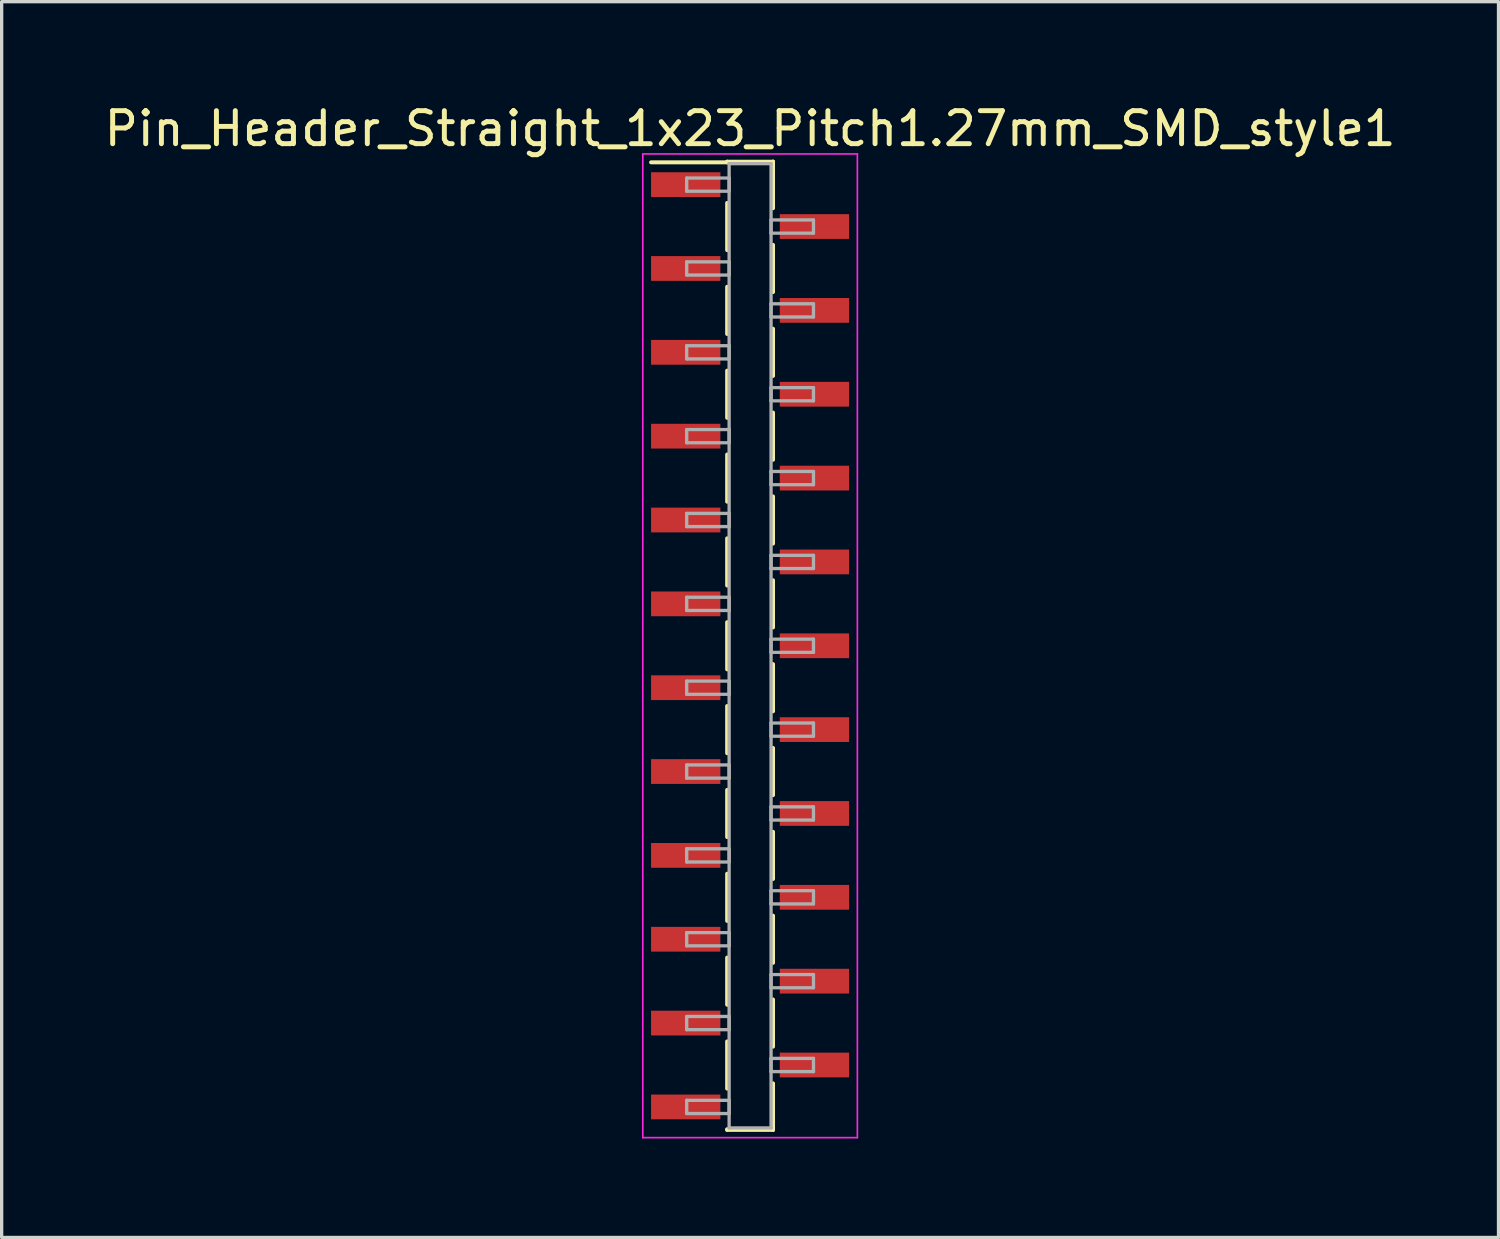
<source format=kicad_pcb>
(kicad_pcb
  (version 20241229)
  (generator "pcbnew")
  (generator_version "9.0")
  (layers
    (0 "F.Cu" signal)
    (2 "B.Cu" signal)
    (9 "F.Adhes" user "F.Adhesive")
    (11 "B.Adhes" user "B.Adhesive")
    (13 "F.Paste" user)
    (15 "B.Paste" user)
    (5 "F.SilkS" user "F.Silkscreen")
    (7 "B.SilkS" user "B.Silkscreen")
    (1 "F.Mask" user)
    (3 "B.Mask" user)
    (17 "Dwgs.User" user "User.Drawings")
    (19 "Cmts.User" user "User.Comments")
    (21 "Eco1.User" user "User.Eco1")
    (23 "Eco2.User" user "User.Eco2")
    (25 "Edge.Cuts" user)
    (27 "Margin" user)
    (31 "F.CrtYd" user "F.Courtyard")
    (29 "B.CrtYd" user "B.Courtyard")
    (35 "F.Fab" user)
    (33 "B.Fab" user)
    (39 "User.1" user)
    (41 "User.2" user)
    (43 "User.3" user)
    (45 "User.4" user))
  (footprint "Pin_Header_Straight_1x23_Pitch1.27mm_SMD_style1"
    (layer "F.Cu")
    (at 19.673 16.513)
    (property "Reference" "Pin_Header_Straight_1x23_Pitch1.27mm_SMD_style1" (at 0 -15.665 0) (layer "F.SilkS") (effects (font (size 1 1) (thickness 0.15))))
    (attr smd)
    (fp_line (start -0.695 -14.665) (end 0.695 -14.665) (stroke (width 0.12) (type solid)) (layer "F.SilkS"))
    (fp_line (start -0.695 -14.645) (end -3 -14.645) (stroke (width 0.12) (type solid)) (layer "F.SilkS"))
    (fp_line (start -0.695 -14.645) (end -0.695 -14.665) (stroke (width 0.12) (type solid)) (layer "F.SilkS"))
    (fp_line (start -0.695 -13.415) (end -0.695 -11.985) (stroke (width 0.12) (type solid)) (layer "F.SilkS"))
    (fp_line (start -0.695 -10.875) (end -0.695 -9.445) (stroke (width 0.12) (type solid)) (layer "F.SilkS"))
    (fp_line (start -0.695 -8.335) (end -0.695 -6.905) (stroke (width 0.12) (type solid)) (layer "F.SilkS"))
    (fp_line (start -0.695 -5.795) (end -0.695 -4.365) (stroke (width 0.12) (type solid)) (layer "F.SilkS"))
    (fp_line (start -0.695 -3.255) (end -0.695 -1.825) (stroke (width 0.12) (type solid)) (layer "F.SilkS"))
    (fp_line (start -0.695 -0.715) (end -0.695 0.715) (stroke (width 0.12) (type solid)) (layer "F.SilkS"))
    (fp_line (start -0.695 1.825) (end -0.695 3.255) (stroke (width 0.12) (type solid)) (layer "F.SilkS"))
    (fp_line (start -0.695 4.365) (end -0.695 5.795) (stroke (width 0.12) (type solid)) (layer "F.SilkS"))
    (fp_line (start -0.695 6.905) (end -0.695 8.335) (stroke (width 0.12) (type solid)) (layer "F.SilkS"))
    (fp_line (start -0.695 9.445) (end -0.695 10.875) (stroke (width 0.12) (type solid)) (layer "F.SilkS"))
    (fp_line (start -0.695 11.985) (end -0.695 13.415) (stroke (width 0.12) (type solid)) (layer "F.SilkS"))
    (fp_line (start -0.695 14.645) (end -0.695 14.665) (stroke (width 0.12) (type solid)) (layer "F.SilkS"))
    (fp_line (start -0.695 14.665) (end 0.695 14.665) (stroke (width 0.12) (type solid)) (layer "F.SilkS"))
    (fp_line (start 0.695 -14.665) (end 0.695 -14.645) (stroke (width 0.12) (type solid)) (layer "F.SilkS"))
    (fp_line (start 0.695 -14.665) (end 0.695 -13.255) (stroke (width 0.12) (type solid)) (layer "F.SilkS"))
    (fp_line (start 0.695 -12.145) (end 0.695 -10.715) (stroke (width 0.12) (type solid)) (layer "F.SilkS"))
    (fp_line (start 0.695 -9.605) (end 0.695 -8.175) (stroke (width 0.12) (type solid)) (layer "F.SilkS"))
    (fp_line (start 0.695 -7.065) (end 0.695 -5.635) (stroke (width 0.12) (type solid)) (layer "F.SilkS"))
    (fp_line (start 0.695 -4.525) (end 0.695 -3.095) (stroke (width 0.12) (type solid)) (layer "F.SilkS"))
    (fp_line (start 0.695 -1.985) (end 0.695 -0.555) (stroke (width 0.12) (type solid)) (layer "F.SilkS"))
    (fp_line (start 0.695 0.555) (end 0.695 1.985) (stroke (width 0.12) (type solid)) (layer "F.SilkS"))
    (fp_line (start 0.695 3.095) (end 0.695 4.525) (stroke (width 0.12) (type solid)) (layer "F.SilkS"))
    (fp_line (start 0.695 5.635) (end 0.695 7.065) (stroke (width 0.12) (type solid)) (layer "F.SilkS"))
    (fp_line (start 0.695 8.175) (end 0.695 9.605) (stroke (width 0.12) (type solid)) (layer "F.SilkS"))
    (fp_line (start 0.695 10.715) (end 0.695 12.145) (stroke (width 0.12) (type solid)) (layer "F.SilkS"))
    (fp_line (start 0.695 13.255) (end 0.695 14.665) (stroke (width 0.12) (type solid)) (layer "F.SilkS"))
    (fp_line (start 0.695 14.665) (end 0.695 14.645) (stroke (width 0.12) (type solid)) (layer "F.SilkS"))
    (fp_line (start -3.25 -14.9) (end -3.25 14.9) (stroke (width 0.05) (type solid)) (layer "F.CrtYd"))
    (fp_line (start -3.25 14.9) (end 3.25 14.9) (stroke (width 0.05) (type solid)) (layer "F.CrtYd"))
    (fp_line (start 3.25 -14.9) (end -3.25 -14.9) (stroke (width 0.05) (type solid)) (layer "F.CrtYd"))
    (fp_line (start 3.25 14.9) (end 3.25 -14.9) (stroke (width 0.05) (type solid)) (layer "F.CrtYd"))
    (fp_line (start -1.92 -14.17) (end -0.635 -14.17) (stroke (width 0.1) (type solid)) (layer "F.Fab"))
    (fp_line (start -1.92 -13.77) (end -1.92 -14.17) (stroke (width 0.1) (type solid)) (layer "F.Fab"))
    (fp_line (start -1.92 -11.63) (end -0.635 -11.63) (stroke (width 0.1) (type solid)) (layer "F.Fab"))
    (fp_line (start -1.92 -11.23) (end -1.92 -11.63) (stroke (width 0.1) (type solid)) (layer "F.Fab"))
    (fp_line (start -1.92 -9.09) (end -0.635 -9.09) (stroke (width 0.1) (type solid)) (layer "F.Fab"))
    (fp_line (start -1.92 -8.69) (end -1.92 -9.09) (stroke (width 0.1) (type solid)) (layer "F.Fab"))
    (fp_line (start -1.92 -6.55) (end -0.635 -6.55) (stroke (width 0.1) (type solid)) (layer "F.Fab"))
    (fp_line (start -1.92 -6.15) (end -1.92 -6.55) (stroke (width 0.1) (type solid)) (layer "F.Fab"))
    (fp_line (start -1.92 -4.01) (end -0.635 -4.01) (stroke (width 0.1) (type solid)) (layer "F.Fab"))
    (fp_line (start -1.92 -3.61) (end -1.92 -4.01) (stroke (width 0.1) (type solid)) (layer "F.Fab"))
    (fp_line (start -1.92 -1.47) (end -0.635 -1.47) (stroke (width 0.1) (type solid)) (layer "F.Fab"))
    (fp_line (start -1.92 -1.07) (end -1.92 -1.47) (stroke (width 0.1) (type solid)) (layer "F.Fab"))
    (fp_line (start -1.92 1.07) (end -0.635 1.07) (stroke (width 0.1) (type solid)) (layer "F.Fab"))
    (fp_line (start -1.92 1.47) (end -1.92 1.07) (stroke (width 0.1) (type solid)) (layer "F.Fab"))
    (fp_line (start -1.92 3.61) (end -0.635 3.61) (stroke (width 0.1) (type solid)) (layer "F.Fab"))
    (fp_line (start -1.92 4.01) (end -1.92 3.61) (stroke (width 0.1) (type solid)) (layer "F.Fab"))
    (fp_line (start -1.92 6.15) (end -0.635 6.15) (stroke (width 0.1) (type solid)) (layer "F.Fab"))
    (fp_line (start -1.92 6.55) (end -1.92 6.15) (stroke (width 0.1) (type solid)) (layer "F.Fab"))
    (fp_line (start -1.92 8.69) (end -0.635 8.69) (stroke (width 0.1) (type solid)) (layer "F.Fab"))
    (fp_line (start -1.92 9.09) (end -1.92 8.69) (stroke (width 0.1) (type solid)) (layer "F.Fab"))
    (fp_line (start -1.92 11.23) (end -0.635 11.23) (stroke (width 0.1) (type solid)) (layer "F.Fab"))
    (fp_line (start -1.92 11.63) (end -1.92 11.23) (stroke (width 0.1) (type solid)) (layer "F.Fab"))
    (fp_line (start -1.92 13.77) (end -0.635 13.77) (stroke (width 0.1) (type solid)) (layer "F.Fab"))
    (fp_line (start -1.92 14.17) (end -1.92 13.77) (stroke (width 0.1) (type solid)) (layer "F.Fab"))
    (fp_line (start -0.635 -14.605) (end -0.635 14.605) (stroke (width 0.1) (type solid)) (layer "F.Fab"))
    (fp_line (start -0.635 -14.17) (end -0.635 -13.77) (stroke (width 0.1) (type solid)) (layer "F.Fab"))
    (fp_line (start -0.635 -13.77) (end -1.92 -13.77) (stroke (width 0.1) (type solid)) (layer "F.Fab"))
    (fp_line (start -0.635 -11.63) (end -0.635 -11.23) (stroke (width 0.1) (type solid)) (layer "F.Fab"))
    (fp_line (start -0.635 -11.23) (end -1.92 -11.23) (stroke (width 0.1) (type solid)) (layer "F.Fab"))
    (fp_line (start -0.635 -9.09) (end -0.635 -8.69) (stroke (width 0.1) (type solid)) (layer "F.Fab"))
    (fp_line (start -0.635 -8.69) (end -1.92 -8.69) (stroke (width 0.1) (type solid)) (layer "F.Fab"))
    (fp_line (start -0.635 -6.55) (end -0.635 -6.15) (stroke (width 0.1) (type solid)) (layer "F.Fab"))
    (fp_line (start -0.635 -6.15) (end -1.92 -6.15) (stroke (width 0.1) (type solid)) (layer "F.Fab"))
    (fp_line (start -0.635 -4.01) (end -0.635 -3.61) (stroke (width 0.1) (type solid)) (layer "F.Fab"))
    (fp_line (start -0.635 -3.61) (end -1.92 -3.61) (stroke (width 0.1) (type solid)) (layer "F.Fab"))
    (fp_line (start -0.635 -1.47) (end -0.635 -1.07) (stroke (width 0.1) (type solid)) (layer "F.Fab"))
    (fp_line (start -0.635 -1.07) (end -1.92 -1.07) (stroke (width 0.1) (type solid)) (layer "F.Fab"))
    (fp_line (start -0.635 1.07) (end -0.635 1.47) (stroke (width 0.1) (type solid)) (layer "F.Fab"))
    (fp_line (start -0.635 1.47) (end -1.92 1.47) (stroke (width 0.1) (type solid)) (layer "F.Fab"))
    (fp_line (start -0.635 3.61) (end -0.635 4.01) (stroke (width 0.1) (type solid)) (layer "F.Fab"))
    (fp_line (start -0.635 4.01) (end -1.92 4.01) (stroke (width 0.1) (type solid)) (layer "F.Fab"))
    (fp_line (start -0.635 6.15) (end -0.635 6.55) (stroke (width 0.1) (type solid)) (layer "F.Fab"))
    (fp_line (start -0.635 6.55) (end -1.92 6.55) (stroke (width 0.1) (type solid)) (layer "F.Fab"))
    (fp_line (start -0.635 8.69) (end -0.635 9.09) (stroke (width 0.1) (type solid)) (layer "F.Fab"))
    (fp_line (start -0.635 9.09) (end -1.92 9.09) (stroke (width 0.1) (type solid)) (layer "F.Fab"))
    (fp_line (start -0.635 11.23) (end -0.635 11.63) (stroke (width 0.1) (type solid)) (layer "F.Fab"))
    (fp_line (start -0.635 11.63) (end -1.92 11.63) (stroke (width 0.1) (type solid)) (layer "F.Fab"))
    (fp_line (start -0.635 13.77) (end -0.635 14.17) (stroke (width 0.1) (type solid)) (layer "F.Fab"))
    (fp_line (start -0.635 14.17) (end -1.92 14.17) (stroke (width 0.1) (type solid)) (layer "F.Fab"))
    (fp_line (start -0.635 14.605) (end 0.635 14.605) (stroke (width 0.1) (type solid)) (layer "F.Fab"))
    (fp_line (start 0.635 -14.605) (end -0.635 -14.605) (stroke (width 0.1) (type solid)) (layer "F.Fab"))
    (fp_line (start 0.635 -12.9) (end 0.635 -12.5) (stroke (width 0.1) (type solid)) (layer "F.Fab"))
    (fp_line (start 0.635 -12.5) (end 1.92 -12.5) (stroke (width 0.1) (type solid)) (layer "F.Fab"))
    (fp_line (start 0.635 -10.36) (end 0.635 -9.96) (stroke (width 0.1) (type solid)) (layer "F.Fab"))
    (fp_line (start 0.635 -9.96) (end 1.92 -9.96) (stroke (width 0.1) (type solid)) (layer "F.Fab"))
    (fp_line (start 0.635 -7.82) (end 0.635 -7.42) (stroke (width 0.1) (type solid)) (layer "F.Fab"))
    (fp_line (start 0.635 -7.42) (end 1.92 -7.42) (stroke (width 0.1) (type solid)) (layer "F.Fab"))
    (fp_line (start 0.635 -5.28) (end 0.635 -4.88) (stroke (width 0.1) (type solid)) (layer "F.Fab"))
    (fp_line (start 0.635 -4.88) (end 1.92 -4.88) (stroke (width 0.1) (type solid)) (layer "F.Fab"))
    (fp_line (start 0.635 -2.74) (end 0.635 -2.34) (stroke (width 0.1) (type solid)) (layer "F.Fab"))
    (fp_line (start 0.635 -2.34) (end 1.92 -2.34) (stroke (width 0.1) (type solid)) (layer "F.Fab"))
    (fp_line (start 0.635 -0.2) (end 0.635 0.2) (stroke (width 0.1) (type solid)) (layer "F.Fab"))
    (fp_line (start 0.635 0.2) (end 1.92 0.2) (stroke (width 0.1) (type solid)) (layer "F.Fab"))
    (fp_line (start 0.635 2.34) (end 0.635 2.74) (stroke (width 0.1) (type solid)) (layer "F.Fab"))
    (fp_line (start 0.635 2.74) (end 1.92 2.74) (stroke (width 0.1) (type solid)) (layer "F.Fab"))
    (fp_line (start 0.635 4.88) (end 0.635 5.28) (stroke (width 0.1) (type solid)) (layer "F.Fab"))
    (fp_line (start 0.635 5.28) (end 1.92 5.28) (stroke (width 0.1) (type solid)) (layer "F.Fab"))
    (fp_line (start 0.635 7.42) (end 0.635 7.82) (stroke (width 0.1) (type solid)) (layer "F.Fab"))
    (fp_line (start 0.635 7.82) (end 1.92 7.82) (stroke (width 0.1) (type solid)) (layer "F.Fab"))
    (fp_line (start 0.635 9.96) (end 0.635 10.36) (stroke (width 0.1) (type solid)) (layer "F.Fab"))
    (fp_line (start 0.635 10.36) (end 1.92 10.36) (stroke (width 0.1) (type solid)) (layer "F.Fab"))
    (fp_line (start 0.635 12.5) (end 0.635 12.9) (stroke (width 0.1) (type solid)) (layer "F.Fab"))
    (fp_line (start 0.635 12.9) (end 1.92 12.9) (stroke (width 0.1) (type solid)) (layer "F.Fab"))
    (fp_line (start 0.635 14.605) (end 0.635 -14.605) (stroke (width 0.1) (type solid)) (layer "F.Fab"))
    (fp_line (start 1.92 -12.9) (end 0.635 -12.9) (stroke (width 0.1) (type solid)) (layer "F.Fab"))
    (fp_line (start 1.92 -12.5) (end 1.92 -12.9) (stroke (width 0.1) (type solid)) (layer "F.Fab"))
    (fp_line (start 1.92 -10.36) (end 0.635 -10.36) (stroke (width 0.1) (type solid)) (layer "F.Fab"))
    (fp_line (start 1.92 -9.96) (end 1.92 -10.36) (stroke (width 0.1) (type solid)) (layer "F.Fab"))
    (fp_line (start 1.92 -7.82) (end 0.635 -7.82) (stroke (width 0.1) (type solid)) (layer "F.Fab"))
    (fp_line (start 1.92 -7.42) (end 1.92 -7.82) (stroke (width 0.1) (type solid)) (layer "F.Fab"))
    (fp_line (start 1.92 -5.28) (end 0.635 -5.28) (stroke (width 0.1) (type solid)) (layer "F.Fab"))
    (fp_line (start 1.92 -4.88) (end 1.92 -5.28) (stroke (width 0.1) (type solid)) (layer "F.Fab"))
    (fp_line (start 1.92 -2.74) (end 0.635 -2.74) (stroke (width 0.1) (type solid)) (layer "F.Fab"))
    (fp_line (start 1.92 -2.34) (end 1.92 -2.74) (stroke (width 0.1) (type solid)) (layer "F.Fab"))
    (fp_line (start 1.92 -0.2) (end 0.635 -0.2) (stroke (width 0.1) (type solid)) (layer "F.Fab"))
    (fp_line (start 1.92 0.2) (end 1.92 -0.2) (stroke (width 0.1) (type solid)) (layer "F.Fab"))
    (fp_line (start 1.92 2.34) (end 0.635 2.34) (stroke (width 0.1) (type solid)) (layer "F.Fab"))
    (fp_line (start 1.92 2.74) (end 1.92 2.34) (stroke (width 0.1) (type solid)) (layer "F.Fab"))
    (fp_line (start 1.92 4.88) (end 0.635 4.88) (stroke (width 0.1) (type solid)) (layer "F.Fab"))
    (fp_line (start 1.92 5.28) (end 1.92 4.88) (stroke (width 0.1) (type solid)) (layer "F.Fab"))
    (fp_line (start 1.92 7.42) (end 0.635 7.42) (stroke (width 0.1) (type solid)) (layer "F.Fab"))
    (fp_line (start 1.92 7.82) (end 1.92 7.42) (stroke (width 0.1) (type solid)) (layer "F.Fab"))
    (fp_line (start 1.92 9.96) (end 0.635 9.96) (stroke (width 0.1) (type solid)) (layer "F.Fab"))
    (fp_line (start 1.92 10.36) (end 1.92 9.96) (stroke (width 0.1) (type solid)) (layer "F.Fab"))
    (fp_line (start 1.92 12.5) (end 0.635 12.5) (stroke (width 0.1) (type solid)) (layer "F.Fab"))
    (fp_line (start 1.92 12.9) (end 1.92 12.5) (stroke (width 0.1) (type solid)) (layer "F.Fab"))
    (pad "1" smd rect (at -1.95 -13.97) (size 2.1 0.75) (layers "F.Cu" "F.Mask"))
    (pad "2" smd rect (at 1.95 -12.7) (size 2.1 0.75) (layers "F.Cu" "F.Mask"))
    (pad "3" smd rect (at -1.95 -11.43) (size 2.1 0.75) (layers "F.Cu" "F.Mask"))
    (pad "4" smd rect (at 1.95 -10.16) (size 2.1 0.75) (layers "F.Cu" "F.Mask"))
    (pad "5" smd rect (at -1.95 -8.89) (size 2.1 0.75) (layers "F.Cu" "F.Mask"))
    (pad "6" smd rect (at 1.95 -7.62) (size 2.1 0.75) (layers "F.Cu" "F.Mask"))
    (pad "7" smd rect (at -1.95 -6.35) (size 2.1 0.75) (layers "F.Cu" "F.Mask"))
    (pad "8" smd rect (at 1.95 -5.08) (size 2.1 0.75) (layers "F.Cu" "F.Mask"))
    (pad "9" smd rect (at -1.95 -3.81) (size 2.1 0.75) (layers "F.Cu" "F.Mask"))
    (pad "10" smd rect (at 1.95 -2.54) (size 2.1 0.75) (layers "F.Cu" "F.Mask"))
    (pad "11" smd rect (at -1.95 -1.27) (size 2.1 0.75) (layers "F.Cu" "F.Mask"))
    (pad "12" smd rect (at 1.95 0) (size 2.1 0.75) (layers "F.Cu" "F.Mask"))
    (pad "13" smd rect (at -1.95 1.27) (size 2.1 0.75) (layers "F.Cu" "F.Mask"))
    (pad "14" smd rect (at 1.95 2.54) (size 2.1 0.75) (layers "F.Cu" "F.Mask"))
    (pad "15" smd rect (at -1.95 3.81) (size 2.1 0.75) (layers "F.Cu" "F.Mask"))
    (pad "16" smd rect (at 1.95 5.08) (size 2.1 0.75) (layers "F.Cu" "F.Mask"))
    (pad "17" smd rect (at -1.95 6.35) (size 2.1 0.75) (layers "F.Cu" "F.Mask"))
    (pad "18" smd rect (at 1.95 7.62) (size 2.1 0.75) (layers "F.Cu" "F.Mask"))
    (pad "19" smd rect (at -1.95 8.89) (size 2.1 0.75) (layers "F.Cu" "F.Mask"))
    (pad "20" smd rect (at 1.95 10.16) (size 2.1 0.75) (layers "F.Cu" "F.Mask"))
    (pad "21" smd rect (at -1.95 11.43) (size 2.1 0.75) (layers "F.Cu" "F.Mask"))
    (pad "22" smd rect (at 1.95 12.7) (size 2.1 0.75) (layers "F.Cu" "F.Mask"))
    (pad "23" smd rect (at -1.95 13.97) (size 2.1 0.75) (layers "F.Cu" "F.Mask")))
  (gr_rect
    (start -3 -3)
    (end 42.345 34.438)
    (stroke (width 0.1) (type default))
    (fill no)
    (layer "Edge.Cuts")))
</source>
